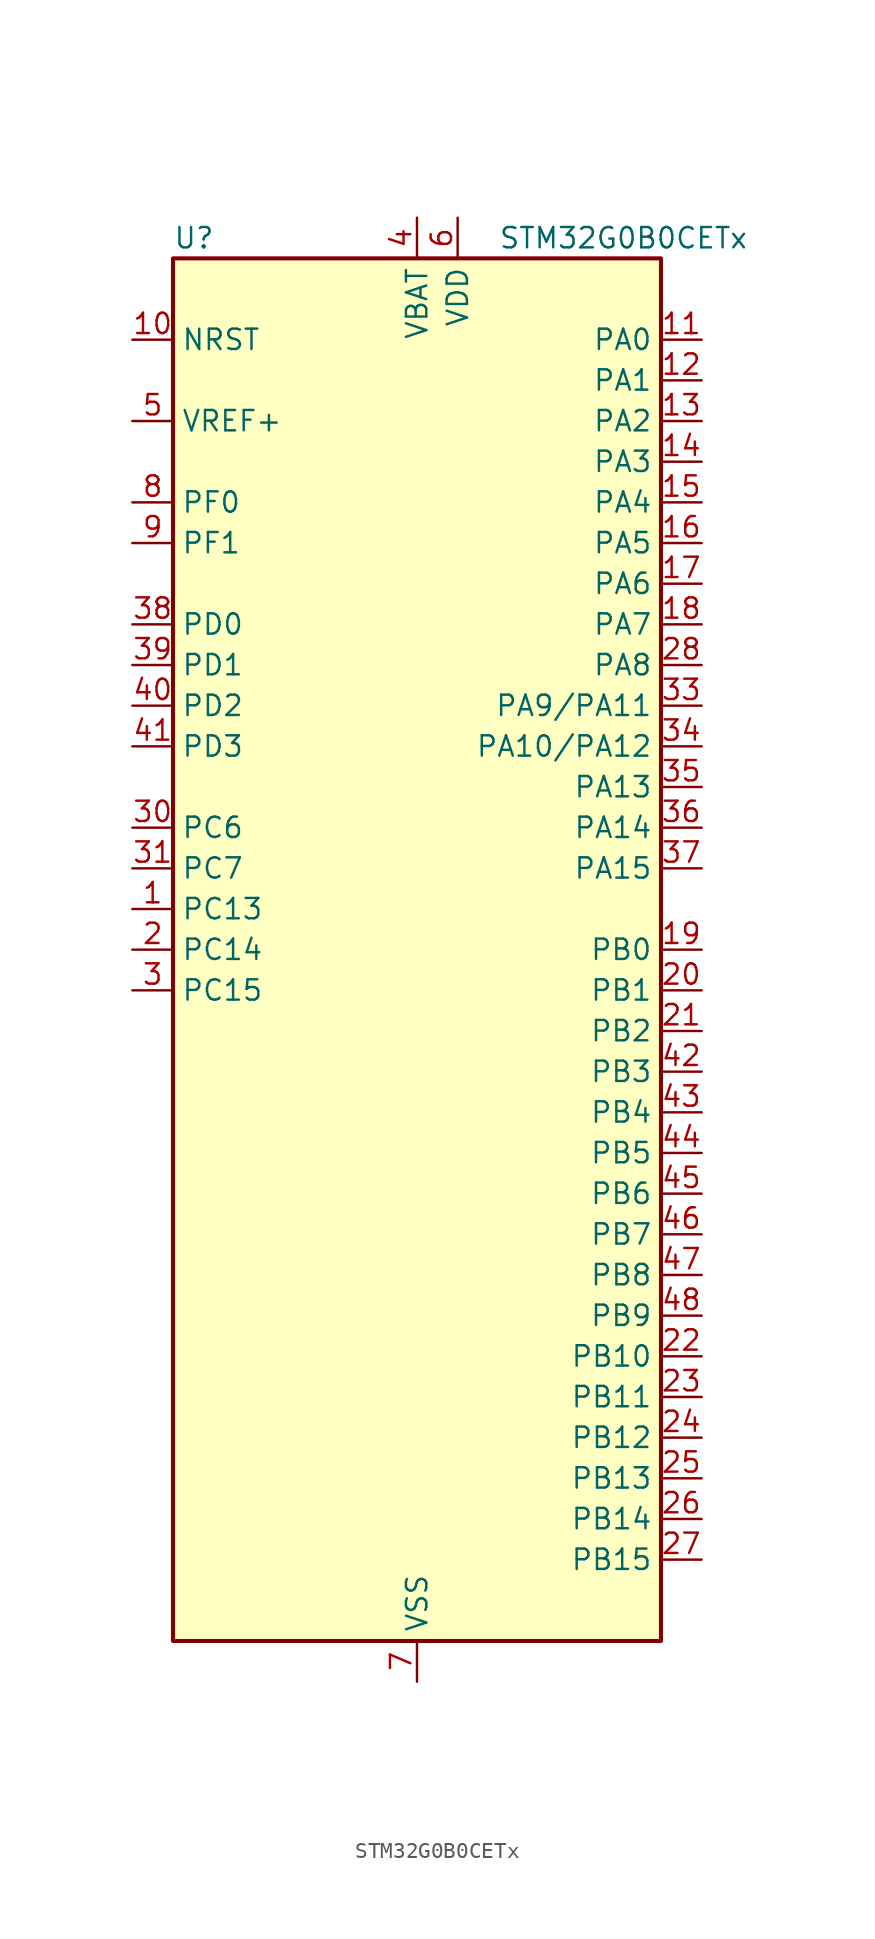
<source format=kicad_sym>
(kicad_symbol_lib
  (version 20241209)
  (generator "kicad_symbol_editor")
  (generator_version "9.0")
  (symbol "STM32G0B0CETx"
    (property "Reference" "U"
      (at -15.24 44.45 0)
      (effects (font (size 1.27 1.27)) (justify left)))
    (property "Value" "STM32G0B0CETx"
      (at 5.08 44.45 0)
      (effects (font (size 1.27 1.27)) (justify left)))
    (symbol "STM32G0B0CETx_0_1"
      (rectangle (start -15.24 -43.18) (end 15.24 43.18) (stroke (width 0.254) (type default)) (fill (type background))))
    (symbol "STM32G0B0CETx_1_1"
      (pin input line (at -17.78 38.1 0) (length 2.54) (name "NRST" (effects (font (size 1.27 1.27)))) (number "10" (effects (font (size 1.27 1.27)))))
      (pin input line (at -17.78 33.02 0) (length 2.54) (name "VREF+" (effects (font (size 1.27 1.27)))) (number "5" (effects (font (size 1.27 1.27)))))
      (pin bidirectional line (at -17.78 27.94 0) (length 2.54) (name "PF0" (effects (font (size 1.27 1.27)))) (number "8" (effects (font (size 1.27 1.27)))) (alternate "CRS1_SYNC" bidirectional line) (alternate "RCC_OSC_IN" bidirectional line) (alternate "TIM14_CH1" bidirectional line))
      (pin bidirectional line (at -17.78 25.4 0) (length 2.54) (name "PF1" (effects (font (size 1.27 1.27)))) (number "9" (effects (font (size 1.27 1.27)))) (alternate "RCC_OSC_EN" bidirectional line) (alternate "RCC_OSC_OUT" bidirectional line) (alternate "TIM15_CH1N" bidirectional line))
      (pin bidirectional line (at -17.78 20.32 0) (length 2.54) (name "PD0" (effects (font (size 1.27 1.27)))) (number "38" (effects (font (size 1.27 1.27)))) (alternate "I2S2_WS" bidirectional line) (alternate "SPI2_NSS" bidirectional line) (alternate "TIM16_CH1" bidirectional line))
      (pin bidirectional line (at -17.78 17.78 0) (length 2.54) (name "PD1" (effects (font (size 1.27 1.27)))) (number "39" (effects (font (size 1.27 1.27)))) (alternate "I2S2_CK" bidirectional line) (alternate "SPI2_SCK" bidirectional line) (alternate "TIM17_CH1" bidirectional line))
      (pin bidirectional line (at -17.78 15.24 0) (length 2.54) (name "PD2" (effects (font (size 1.27 1.27)))) (number "40" (effects (font (size 1.27 1.27)))) (alternate "TIM1_CH1N" bidirectional line) (alternate "TIM3_ETR" bidirectional line) (alternate "USART3_CK" bidirectional line) (alternate "USART3_DE" bidirectional line) (alternate "USART3_RTS" bidirectional line) (alternate "USART5_RX" bidirectional line))
      (pin bidirectional line (at -17.78 12.7 0) (length 2.54) (name "PD3" (effects (font (size 1.27 1.27)))) (number "41" (effects (font (size 1.27 1.27)))) (alternate "I2S2_MCK" bidirectional line) (alternate "SPI2_MISO" bidirectional line) (alternate "TIM1_CH2N" bidirectional line) (alternate "USART2_CTS" bidirectional line) (alternate "USART2_NSS" bidirectional line) (alternate "USART5_TX" bidirectional line))
      (pin bidirectional line (at -17.78 7.62 0) (length 2.54) (name "PC6" (effects (font (size 1.27 1.27)))) (number "30" (effects (font (size 1.27 1.27)))) (alternate "TIM3_CH1" bidirectional line))
      (pin bidirectional line (at -17.78 5.08 0) (length 2.54) (name "PC7" (effects (font (size 1.27 1.27)))) (number "31" (effects (font (size 1.27 1.27)))) (alternate "TIM3_CH2" bidirectional line))
      (pin bidirectional line (at -17.78 2.54 0) (length 2.54) (name "PC13" (effects (font (size 1.27 1.27)))) (number "1" (effects (font (size 1.27 1.27)))) (alternate "RTC_OUT1" bidirectional line) (alternate "RTC_TAMP_IN1" bidirectional line) (alternate "RTC_TS" bidirectional line) (alternate "SYS_WKUP2" bidirectional line) (alternate "TIM1_BK" bidirectional line))
      (pin bidirectional line (at -17.78 0 0) (length 2.54) (name "PC14" (effects (font (size 1.27 1.27)))) (number "2" (effects (font (size 1.27 1.27)))) (alternate "RCC_OSC32_IN" bidirectional line) (alternate "TIM1_BK2" bidirectional line))
      (pin bidirectional line (at -17.78 -2.54 0) (length 2.54) (name "PC15" (effects (font (size 1.27 1.27)))) (number "3" (effects (font (size 1.27 1.27)))) (alternate "RCC_OSC32_EN" bidirectional line) (alternate "RCC_OSC32_OUT" bidirectional line) (alternate "RCC_OSC_EN" bidirectional line) (alternate "TIM15_BK" bidirectional line))
      (pin no_connect line (at -15.24 -40.64 0) (length 2.54) (hide yes) (name "NC/PA10" (effects (font (size 1.27 1.27)))) (number "32" (effects (font (size 1.27 1.27)))) (alternate "I2C1_SDA (PA10)" bidirectional line) (alternate "I2C2_SDA (PA10)" bidirectional line) (alternate "I2S2_SD (PA10)" bidirectional line) (alternate "NC" bidirectional line) (alternate "PA10" bidirectional line) (alternate "RCC_MCO_2 (PA10)" bidirectional line) (alternate "SPI2_MOSI (PA10)" bidirectional line) (alternate "TIM17_BK (PA10)" bidirectional line) (alternate "TIM1_CH3 (PA10)" bidirectional line) (alternate "USART1_RX (PA10)" bidirectional line))
      (pin no_connect line (at -15.24 -43.18 0) (length 2.54) (hide yes) (name "NC/PA9" (effects (font (size 1.27 1.27)))) (number "29" (effects (font (size 1.27 1.27)))) (alternate "I2C1_SCL (PA9)" bidirectional line) (alternate "I2C2_SCL (PA9)" bidirectional line) (alternate "I2S2_MCK (PA9)" bidirectional line) (alternate "NC" bidirectional line) (alternate "PA9" bidirectional line) (alternate "RCC_MCO (PA9)" bidirectional line) (alternate "SPI2_MISO (PA9)" bidirectional line) (alternate "TIM15_BK (PA9)" bidirectional line) (alternate "TIM1_CH2 (PA9)" bidirectional line) (alternate "USART1_TX (PA9)" bidirectional line))
      (pin power_in line (at 0 45.72 270) (length 2.54) (name "VBAT" (effects (font (size 1.27 1.27)))) (number "4" (effects (font (size 1.27 1.27)))))
      (pin power_in line (at 0 -45.72 90) (length 2.54) (name "VSS" (effects (font (size 1.27 1.27)))) (number "7" (effects (font (size 1.27 1.27)))))
      (pin power_in line (at 2.54 45.72 270) (length 2.54) (name "VDD" (effects (font (size 1.27 1.27)))) (number "6" (effects (font (size 1.27 1.27)))))
      (pin bidirectional line (at 17.78 38.1 180) (length 2.54) (name "PA0" (effects (font (size 1.27 1.27)))) (number "11" (effects (font (size 1.27 1.27)))) (alternate "ADC1_IN0" bidirectional line) (alternate "I2S2_CK" bidirectional line) (alternate "RTC_TAMP_IN2" bidirectional line) (alternate "SPI2_SCK" bidirectional line) (alternate "SYS_WKUP1" bidirectional line) (alternate "USART2_CTS" bidirectional line) (alternate "USART2_NSS" bidirectional line) (alternate "USART4_TX" bidirectional line))
      (pin bidirectional line (at 17.78 35.56 180) (length 2.54) (name "PA1" (effects (font (size 1.27 1.27)))) (number "12" (effects (font (size 1.27 1.27)))) (alternate "ADC1_IN1" bidirectional line) (alternate "I2C1_SMBA" bidirectional line) (alternate "I2S1_CK" bidirectional line) (alternate "SPI1_SCK" bidirectional line) (alternate "TIM15_CH1N" bidirectional line) (alternate "USART2_CK" bidirectional line) (alternate "USART2_DE" bidirectional line) (alternate "USART2_RTS" bidirectional line) (alternate "USART4_RX" bidirectional line))
      (pin bidirectional line (at 17.78 33.02 180) (length 2.54) (name "PA2" (effects (font (size 1.27 1.27)))) (number "13" (effects (font (size 1.27 1.27)))) (alternate "ADC1_IN2" bidirectional line) (alternate "I2S1_SD" bidirectional line) (alternate "RCC_LSCO" bidirectional line) (alternate "SPI1_MOSI" bidirectional line) (alternate "SYS_WKUP4" bidirectional line) (alternate "TIM15_CH1" bidirectional line) (alternate "USART2_TX" bidirectional line))
      (pin bidirectional line (at 17.78 30.48 180) (length 2.54) (name "PA3" (effects (font (size 1.27 1.27)))) (number "14" (effects (font (size 1.27 1.27)))) (alternate "ADC1_IN3" bidirectional line) (alternate "I2S2_MCK" bidirectional line) (alternate "SPI2_MISO" bidirectional line) (alternate "TIM15_CH2" bidirectional line) (alternate "USART2_RX" bidirectional line))
      (pin bidirectional line (at 17.78 27.94 180) (length 2.54) (name "PA4" (effects (font (size 1.27 1.27)))) (number "15" (effects (font (size 1.27 1.27)))) (alternate "ADC1_IN4" bidirectional line) (alternate "I2S1_WS" bidirectional line) (alternate "I2S2_SD" bidirectional line) (alternate "RTC_OUT2" bidirectional line) (alternate "SPI1_NSS" bidirectional line) (alternate "SPI2_MOSI" bidirectional line) (alternate "SPI3_NSS" bidirectional line) (alternate "TIM14_CH1" bidirectional line) (alternate "USART6_TX" bidirectional line) (alternate "USB_NOE" bidirectional line))
      (pin bidirectional line (at 17.78 25.4 180) (length 2.54) (name "PA5" (effects (font (size 1.27 1.27)))) (number "16" (effects (font (size 1.27 1.27)))) (alternate "ADC1_IN5" bidirectional line) (alternate "I2S1_CK" bidirectional line) (alternate "SPI1_SCK" bidirectional line) (alternate "USART3_TX" bidirectional line) (alternate "USART6_RX" bidirectional line))
      (pin bidirectional line (at 17.78 22.86 180) (length 2.54) (name "PA6" (effects (font (size 1.27 1.27)))) (number "17" (effects (font (size 1.27 1.27)))) (alternate "ADC1_IN6" bidirectional line) (alternate "I2C2_SDA" bidirectional line) (alternate "I2C3_SDA" bidirectional line) (alternate "I2S1_MCK" bidirectional line) (alternate "SPI1_MISO" bidirectional line) (alternate "TIM16_CH1" bidirectional line) (alternate "TIM1_BK" bidirectional line) (alternate "TIM3_CH1" bidirectional line) (alternate "USART3_CTS" bidirectional line) (alternate "USART3_NSS" bidirectional line) (alternate "USART6_CTS" bidirectional line) (alternate "USART6_NSS" bidirectional line))
      (pin bidirectional line (at 17.78 20.32 180) (length 2.54) (name "PA7" (effects (font (size 1.27 1.27)))) (number "18" (effects (font (size 1.27 1.27)))) (alternate "ADC1_IN7" bidirectional line) (alternate "I2C2_SCL" bidirectional line) (alternate "I2C3_SCL" bidirectional line) (alternate "I2S1_SD" bidirectional line) (alternate "SPI1_MOSI" bidirectional line) (alternate "TIM14_CH1" bidirectional line) (alternate "TIM17_CH1" bidirectional line) (alternate "TIM1_CH1N" bidirectional line) (alternate "TIM3_CH2" bidirectional line) (alternate "USART6_CK" bidirectional line) (alternate "USART6_DE" bidirectional line) (alternate "USART6_RTS" bidirectional line))
      (pin bidirectional line (at 17.78 17.78 180) (length 2.54) (name "PA8" (effects (font (size 1.27 1.27)))) (number "28" (effects (font (size 1.27 1.27)))) (alternate "CRS1_SYNC" bidirectional line) (alternate "I2C2_SMBA" bidirectional line) (alternate "I2S2_WS" bidirectional line) (alternate "RCC_MCO" bidirectional line) (alternate "SPI2_NSS" bidirectional line) (alternate "TIM1_CH1" bidirectional line))
      (pin bidirectional line (at 17.78 15.24 180) (length 2.54) (name "PA9/PA11" (effects (font (size 1.27 1.27)))) (number "33" (effects (font (size 1.27 1.27)))) (alternate "ADC1_EXTI11 (PA11)" bidirectional line) (alternate "I2C1_SCL (PA9)" bidirectional line) (alternate "I2C2_SCL (PA11)" bidirectional line) (alternate "I2C2_SCL (PA9)" bidirectional line) (alternate "I2S1_MCK (PA11)" bidirectional line) (alternate "I2S2_MCK (PA9)" bidirectional line) (alternate "PA11" bidirectional line) (alternate "PA9" bidirectional line) (alternate "RCC_MCO (PA9)" bidirectional line) (alternate "SPI1_MISO (PA11)" bidirectional line) (alternate "SPI2_MISO (PA9)" bidirectional line) (alternate "TIM15_BK (PA9)" bidirectional line) (alternate "TIM1_BK2 (PA11)" bidirectional line) (alternate "TIM1_CH2 (PA9)" bidirectional line) (alternate "TIM1_CH4 (PA11)" bidirectional line) (alternate "USART1_CTS (PA11)" bidirectional line) (alternate "USART1_NSS (PA11)" bidirectional line) (alternate "USART1_TX (PA9)" bidirectional line) (alternate "USB_DM (PA11)" bidirectional line))
      (pin bidirectional line (at 17.78 12.7 180) (length 2.54) (name "PA10/PA12" (effects (font (size 1.27 1.27)))) (number "34" (effects (font (size 1.27 1.27)))) (alternate "I2C1_SDA (PA10)" bidirectional line) (alternate "I2C2_SDA (PA10)" bidirectional line) (alternate "I2C2_SDA (PA12)" bidirectional line) (alternate "I2S1_SD (PA12)" bidirectional line) (alternate "I2S2_SD (PA10)" bidirectional line) (alternate "I2S_CKIN (PA12)" bidirectional line) (alternate "PA10" bidirectional line) (alternate "PA12" bidirectional line) (alternate "RCC_MCO_2 (PA10)" bidirectional line) (alternate "SPI1_MOSI (PA12)" bidirectional line) (alternate "SPI2_MOSI (PA10)" bidirectional line) (alternate "TIM17_BK (PA10)" bidirectional line) (alternate "TIM1_CH3 (PA10)" bidirectional line) (alternate "TIM1_ETR (PA12)" bidirectional line) (alternate "USART1_CK (PA12)" bidirectional line) (alternate "USART1_DE (PA12)" bidirectional line) (alternate "USART1_RTS (PA12)" bidirectional line) (alternate "USART1_RX (PA10)" bidirectional line) (alternate "USB_DP (PA12)" bidirectional line))
      (pin bidirectional line (at 17.78 10.16 180) (length 2.54) (name "PA13" (effects (font (size 1.27 1.27)))) (number "35" (effects (font (size 1.27 1.27)))) (alternate "IR_OUT" bidirectional line) (alternate "SYS_SWDIO" bidirectional line) (alternate "USB_NOE" bidirectional line))
      (pin bidirectional line (at 17.78 7.62 180) (length 2.54) (name "PA14" (effects (font (size 1.27 1.27)))) (number "36" (effects (font (size 1.27 1.27)))) (alternate "SYS_SWCLK" bidirectional line) (alternate "USART2_TX" bidirectional line))
      (pin bidirectional line (at 17.78 5.08 180) (length 2.54) (name "PA15" (effects (font (size 1.27 1.27)))) (number "37" (effects (font (size 1.27 1.27)))) (alternate "I2C2_SMBA" bidirectional line) (alternate "I2S1_WS" bidirectional line) (alternate "RCC_MCO_2" bidirectional line) (alternate "SPI1_NSS" bidirectional line) (alternate "SPI3_NSS" bidirectional line) (alternate "USART2_RX" bidirectional line) (alternate "USART3_CK" bidirectional line) (alternate "USART3_DE" bidirectional line) (alternate "USART3_RTS" bidirectional line) (alternate "USART4_CK" bidirectional line) (alternate "USART4_DE" bidirectional line) (alternate "USART4_RTS" bidirectional line) (alternate "USB_NOE" bidirectional line))
      (pin bidirectional line (at 17.78 0 180) (length 2.54) (name "PB0" (effects (font (size 1.27 1.27)))) (number "19" (effects (font (size 1.27 1.27)))) (alternate "ADC1_IN8" bidirectional line) (alternate "I2S1_WS" bidirectional line) (alternate "SPI1_NSS" bidirectional line) (alternate "TIM1_CH2N" bidirectional line) (alternate "TIM3_CH3" bidirectional line) (alternate "USART3_RX" bidirectional line) (alternate "USART5_TX" bidirectional line))
      (pin bidirectional line (at 17.78 -2.54 180) (length 2.54) (name "PB1" (effects (font (size 1.27 1.27)))) (number "20" (effects (font (size 1.27 1.27)))) (alternate "ADC1_IN9" bidirectional line) (alternate "TIM14_CH1" bidirectional line) (alternate "TIM1_CH3N" bidirectional line) (alternate "TIM3_CH4" bidirectional line) (alternate "USART3_CK" bidirectional line) (alternate "USART3_DE" bidirectional line) (alternate "USART3_RTS" bidirectional line) (alternate "USART5_RX" bidirectional line))
      (pin bidirectional line (at 17.78 -5.08 180) (length 2.54) (name "PB2" (effects (font (size 1.27 1.27)))) (number "21" (effects (font (size 1.27 1.27)))) (alternate "ADC1_IN10" bidirectional line) (alternate "I2S2_MCK" bidirectional line) (alternate "RCC_MCO_2" bidirectional line) (alternate "SPI2_MISO" bidirectional line) (alternate "USART3_TX" bidirectional line))
      (pin bidirectional line (at 17.78 -7.62 180) (length 2.54) (name "PB3" (effects (font (size 1.27 1.27)))) (number "42" (effects (font (size 1.27 1.27)))) (alternate "I2C2_SCL" bidirectional line) (alternate "I2C3_SCL" bidirectional line) (alternate "I2S1_CK" bidirectional line) (alternate "SPI1_SCK" bidirectional line) (alternate "SPI3_SCK" bidirectional line) (alternate "TIM1_CH2" bidirectional line) (alternate "USART1_CK" bidirectional line) (alternate "USART1_DE" bidirectional line) (alternate "USART1_RTS" bidirectional line) (alternate "USART5_TX" bidirectional line))
      (pin bidirectional line (at 17.78 -10.16 180) (length 2.54) (name "PB4" (effects (font (size 1.27 1.27)))) (number "43" (effects (font (size 1.27 1.27)))) (alternate "I2C2_SDA" bidirectional line) (alternate "I2C3_SDA" bidirectional line) (alternate "I2S1_MCK" bidirectional line) (alternate "SPI1_MISO" bidirectional line) (alternate "SPI3_MISO" bidirectional line) (alternate "TIM17_BK" bidirectional line) (alternate "TIM3_CH1" bidirectional line) (alternate "USART1_CTS" bidirectional line) (alternate "USART1_NSS" bidirectional line) (alternate "USART5_RX" bidirectional line))
      (pin bidirectional line (at 17.78 -12.7 180) (length 2.54) (name "PB5" (effects (font (size 1.27 1.27)))) (number "44" (effects (font (size 1.27 1.27)))) (alternate "I2C1_SMBA" bidirectional line) (alternate "I2S1_SD" bidirectional line) (alternate "SPI1_MOSI" bidirectional line) (alternate "SPI3_MOSI" bidirectional line) (alternate "SYS_WKUP6" bidirectional line) (alternate "TIM16_BK" bidirectional line) (alternate "TIM3_CH2" bidirectional line) (alternate "USART5_CK" bidirectional line) (alternate "USART5_DE" bidirectional line) (alternate "USART5_RTS" bidirectional line))
      (pin bidirectional line (at 17.78 -15.24 180) (length 2.54) (name "PB6" (effects (font (size 1.27 1.27)))) (number "45" (effects (font (size 1.27 1.27)))) (alternate "I2C1_SCL" bidirectional line) (alternate "I2S2_MCK" bidirectional line) (alternate "SPI2_MISO" bidirectional line) (alternate "TIM16_CH1N" bidirectional line) (alternate "TIM1_CH3" bidirectional line) (alternate "TIM4_CH1" bidirectional line) (alternate "USART1_TX" bidirectional line) (alternate "USART5_CTS" bidirectional line) (alternate "USART5_NSS" bidirectional line))
      (pin bidirectional line (at 17.78 -17.78 180) (length 2.54) (name "PB7" (effects (font (size 1.27 1.27)))) (number "46" (effects (font (size 1.27 1.27)))) (alternate "I2C1_SDA" bidirectional line) (alternate "I2S2_SD" bidirectional line) (alternate "SPI2_MOSI" bidirectional line) (alternate "TIM17_CH1N" bidirectional line) (alternate "TIM4_CH2" bidirectional line) (alternate "USART1_RX" bidirectional line) (alternate "USART4_CTS" bidirectional line) (alternate "USART4_NSS" bidirectional line))
      (pin bidirectional line (at 17.78 -20.32 180) (length 2.54) (name "PB8" (effects (font (size 1.27 1.27)))) (number "47" (effects (font (size 1.27 1.27)))) (alternate "I2C1_SCL" bidirectional line) (alternate "I2S2_CK" bidirectional line) (alternate "SPI2_SCK" bidirectional line) (alternate "TIM15_BK" bidirectional line) (alternate "TIM16_CH1" bidirectional line) (alternate "TIM4_CH3" bidirectional line) (alternate "USART3_TX" bidirectional line) (alternate "USART6_TX" bidirectional line))
      (pin bidirectional line (at 17.78 -22.86 180) (length 2.54) (name "PB9" (effects (font (size 1.27 1.27)))) (number "48" (effects (font (size 1.27 1.27)))) (alternate "I2C1_SDA" bidirectional line) (alternate "I2S2_WS" bidirectional line) (alternate "IR_OUT" bidirectional line) (alternate "SPI2_NSS" bidirectional line) (alternate "TIM17_CH1" bidirectional line) (alternate "TIM4_CH4" bidirectional line) (alternate "USART3_RX" bidirectional line) (alternate "USART6_RX" bidirectional line))
      (pin bidirectional line (at 17.78 -25.4 180) (length 2.54) (name "PB10" (effects (font (size 1.27 1.27)))) (number "22" (effects (font (size 1.27 1.27)))) (alternate "ADC1_IN11" bidirectional line) (alternate "I2C2_SCL" bidirectional line) (alternate "I2S2_CK" bidirectional line) (alternate "SPI2_SCK" bidirectional line) (alternate "USART3_TX" bidirectional line))
      (pin bidirectional line (at 17.78 -27.94 180) (length 2.54) (name "PB11" (effects (font (size 1.27 1.27)))) (number "23" (effects (font (size 1.27 1.27)))) (alternate "ADC1_EXTI11" bidirectional line) (alternate "ADC1_IN15" bidirectional line) (alternate "I2C2_SDA" bidirectional line) (alternate "I2S2_SD" bidirectional line) (alternate "SPI2_MOSI" bidirectional line) (alternate "USART3_RX" bidirectional line))
      (pin bidirectional line (at 17.78 -30.48 180) (length 2.54) (name "PB12" (effects (font (size 1.27 1.27)))) (number "24" (effects (font (size 1.27 1.27)))) (alternate "ADC1_IN16" bidirectional line) (alternate "I2C2_SMBA" bidirectional line) (alternate "I2S2_WS" bidirectional line) (alternate "SPI2_NSS" bidirectional line) (alternate "TIM15_BK" bidirectional line) (alternate "TIM1_BK" bidirectional line))
      (pin bidirectional line (at 17.78 -33.02 180) (length 2.54) (name "PB13" (effects (font (size 1.27 1.27)))) (number "25" (effects (font (size 1.27 1.27)))) (alternate "I2C2_SCL" bidirectional line) (alternate "I2S2_CK" bidirectional line) (alternate "SPI2_SCK" bidirectional line) (alternate "TIM15_CH1N" bidirectional line) (alternate "TIM1_CH1N" bidirectional line) (alternate "USART3_CTS" bidirectional line) (alternate "USART3_NSS" bidirectional line))
      (pin bidirectional line (at 17.78 -35.56 180) (length 2.54) (name "PB14" (effects (font (size 1.27 1.27)))) (number "26" (effects (font (size 1.27 1.27)))) (alternate "I2C2_SDA" bidirectional line) (alternate "I2S2_MCK" bidirectional line) (alternate "SPI2_MISO" bidirectional line) (alternate "TIM15_CH1" bidirectional line) (alternate "TIM1_CH2N" bidirectional line) (alternate "USART3_CK" bidirectional line) (alternate "USART3_DE" bidirectional line) (alternate "USART3_RTS" bidirectional line) (alternate "USART6_CK" bidirectional line) (alternate "USART6_DE" bidirectional line) (alternate "USART6_RTS" bidirectional line))
      (pin bidirectional line (at 17.78 -38.1 180) (length 2.54) (name "PB15" (effects (font (size 1.27 1.27)))) (number "27" (effects (font (size 1.27 1.27)))) (alternate "I2S2_SD" bidirectional line) (alternate "RTC_REFIN" bidirectional line) (alternate "SPI2_MOSI" bidirectional line) (alternate "TIM15_CH1N" bidirectional line) (alternate "TIM15_CH2" bidirectional line) (alternate "TIM1_CH3N" bidirectional line) (alternate "USART6_CTS" bidirectional line) (alternate "USART6_NSS" bidirectional line)))))
</source>
